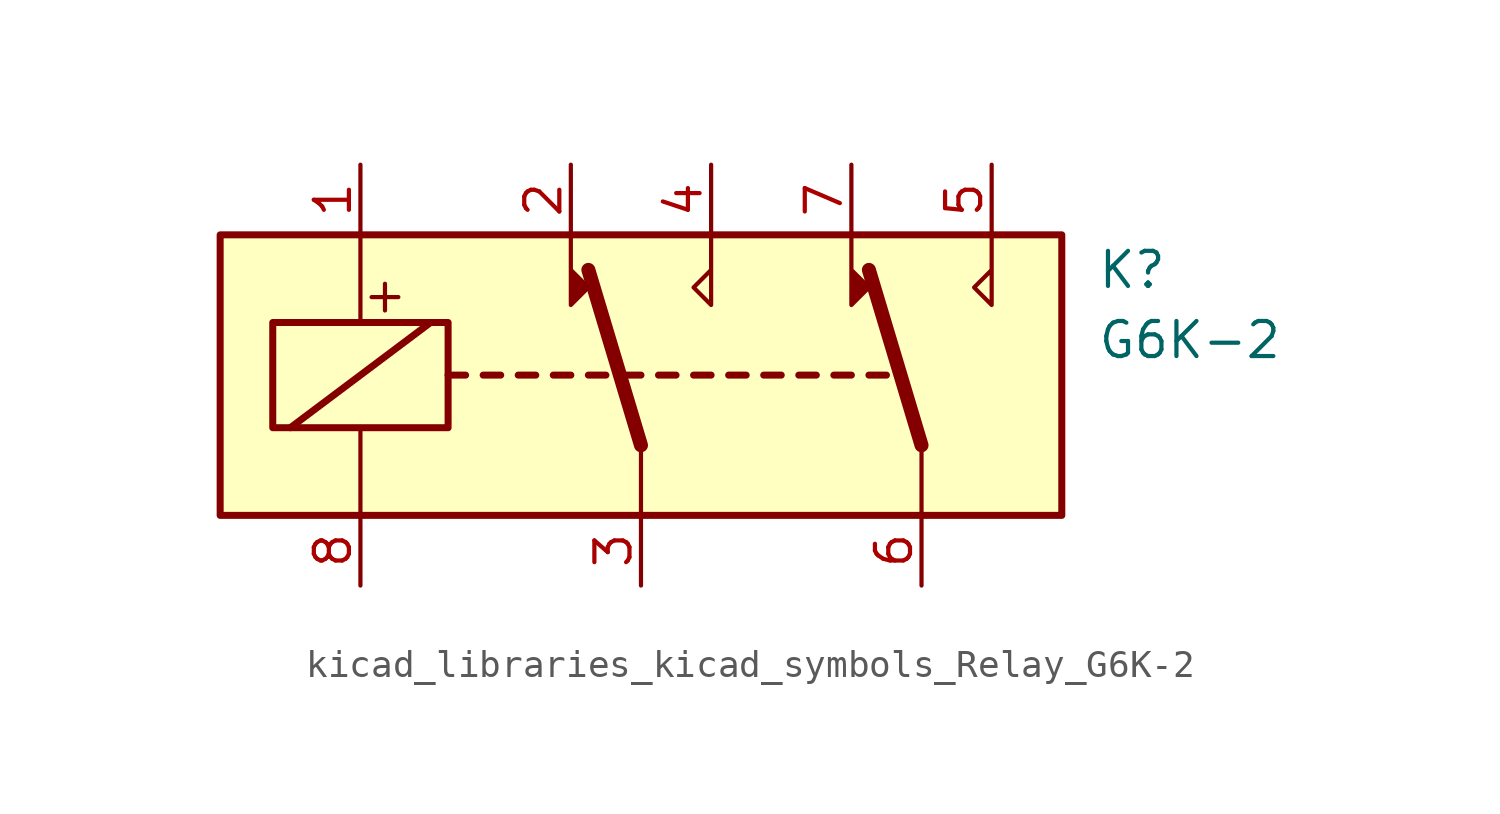
<source format=kicad_sym>
(kicad_symbol_lib
  (version 20220914)
  (generator kicad_symbol_editor)
  (symbol "kicad_libraries_kicad_symbols_Relay_G6K-2"
    (property "Reference" "K"
      (at 16.51 3.81 0)
      (effects (font (size 1.27 1.27)) (justify left)))
    (property "Value" "G6K-2"
      (at 16.51 1.27 0)
      (effects (font (size 1.27 1.27)) (justify left)))
    (symbol "kicad_libraries_kicad_symbols_Relay_G6K-2_0_0"
      (text "+" (at -9.271 2.921 0) (effects (font (size 1.27 1.27)))))
    (symbol "kicad_libraries_kicad_symbols_Relay_G6K-2_0_1"
      (rectangle (start -15.24 5.08) (end 15.24 -5.08) (stroke (width 0.254) (type default)) (fill (type background)))
      (rectangle (start -13.335 1.905) (end -6.985 -1.905) (stroke (width 0.254) (type default)) (fill (type none)))
      (polyline (pts (xy -12.7 -1.905) (xy -7.62 1.905)) (stroke (width 0.254) (type default)) (fill (type none)))
      (polyline (pts (xy -10.16 -5.08) (xy -10.16 -1.905)) (stroke (width 0) (type default)) (fill (type none)))
      (polyline (pts (xy -10.16 5.08) (xy -10.16 1.905)) (stroke (width 0) (type default)) (fill (type none)))
      (polyline (pts (xy -6.985 0) (xy -6.35 0)) (stroke (width 0.254) (type default)) (fill (type none)))
      (polyline (pts (xy -5.715 0) (xy -5.08 0)) (stroke (width 0.254) (type default)) (fill (type none)))
      (polyline (pts (xy -4.445 0) (xy -3.81 0)) (stroke (width 0.254) (type default)) (fill (type none)))
      (polyline (pts (xy -3.175 0) (xy -2.54 0)) (stroke (width 0.254) (type default)) (fill (type none)))
      (polyline (pts (xy -1.905 0) (xy -1.27 0)) (stroke (width 0.254) (type default)) (fill (type none)))
      (polyline (pts (xy -0.635 0) (xy 0 0)) (stroke (width 0.254) (type default)) (fill (type none)))
      (polyline (pts (xy 0 -2.54) (xy -1.905 3.81)) (stroke (width 0.508) (type default)) (fill (type none)))
      (polyline (pts (xy 0 -2.54) (xy 0 -5.08)) (stroke (width 0) (type default)) (fill (type none)))
      (polyline (pts (xy 0.635 0) (xy 1.27 0)) (stroke (width 0.254) (type default)) (fill (type none)))
      (polyline (pts (xy 1.905 0) (xy 2.54 0)) (stroke (width 0.254) (type default)) (fill (type none)))
      (polyline (pts (xy 3.175 0) (xy 3.81 0)) (stroke (width 0.254) (type default)) (fill (type none)))
      (polyline (pts (xy 4.445 0) (xy 5.08 0)) (stroke (width 0.254) (type default)) (fill (type none)))
      (polyline (pts (xy 5.715 0) (xy 6.35 0)) (stroke (width 0.254) (type default)) (fill (type none)))
      (polyline (pts (xy 6.985 0) (xy 7.62 0)) (stroke (width 0.254) (type default)) (fill (type none)))
      (polyline (pts (xy 8.255 0) (xy 8.89 0)) (stroke (width 0.254) (type default)) (fill (type none)))
      (polyline (pts (xy 10.16 -2.54) (xy 8.255 3.81)) (stroke (width 0.508) (type default)) (fill (type none)))
      (polyline (pts (xy 10.16 -2.54) (xy 10.16 -5.08)) (stroke (width 0) (type default)) (fill (type none)))
      (polyline (pts (xy -2.54 5.08) (xy -2.54 2.54) (xy -1.905 3.175) (xy -2.54 3.81)) (stroke (width 0) (type default)) (fill (type outline)))
      (polyline (pts (xy 2.54 5.08) (xy 2.54 2.54) (xy 1.905 3.175) (xy 2.54 3.81)) (stroke (width 0) (type default)) (fill (type none)))
      (polyline (pts (xy 7.62 5.08) (xy 7.62 2.54) (xy 8.255 3.175) (xy 7.62 3.81)) (stroke (width 0) (type default)) (fill (type outline)))
      (polyline (pts (xy 12.7 5.08) (xy 12.7 2.54) (xy 12.065 3.175) (xy 12.7 3.81)) (stroke (width 0) (type default)) (fill (type none))))
    (symbol "kicad_libraries_kicad_symbols_Relay_G6K-2_1_1"
      (pin passive line (at -10.16 7.62 270) (length 2.54) (name "~" (effects (font (size 1.27 1.27)))) (number "1" (effects (font (size 1.27 1.27)))))
      (pin passive line (at -2.54 7.62 270) (length 2.54) (name "~" (effects (font (size 1.27 1.27)))) (number "2" (effects (font (size 1.27 1.27)))))
      (pin passive line (at 0 -7.62 90) (length 2.54) (name "~" (effects (font (size 1.27 1.27)))) (number "3" (effects (font (size 1.27 1.27)))))
      (pin passive line (at 2.54 7.62 270) (length 2.54) (name "~" (effects (font (size 1.27 1.27)))) (number "4" (effects (font (size 1.27 1.27)))))
      (pin passive line (at 12.7 7.62 270) (length 2.54) (name "~" (effects (font (size 1.27 1.27)))) (number "5" (effects (font (size 1.27 1.27)))))
      (pin passive line (at 10.16 -7.62 90) (length 2.54) (name "~" (effects (font (size 1.27 1.27)))) (number "6" (effects (font (size 1.27 1.27)))))
      (pin passive line (at 7.62 7.62 270) (length 2.54) (name "~" (effects (font (size 1.27 1.27)))) (number "7" (effects (font (size 1.27 1.27)))))
      (pin passive line (at -10.16 -7.62 90) (length 2.54) (name "~" (effects (font (size 1.27 1.27)))) (number "8" (effects (font (size 1.27 1.27))))))))
</source>
